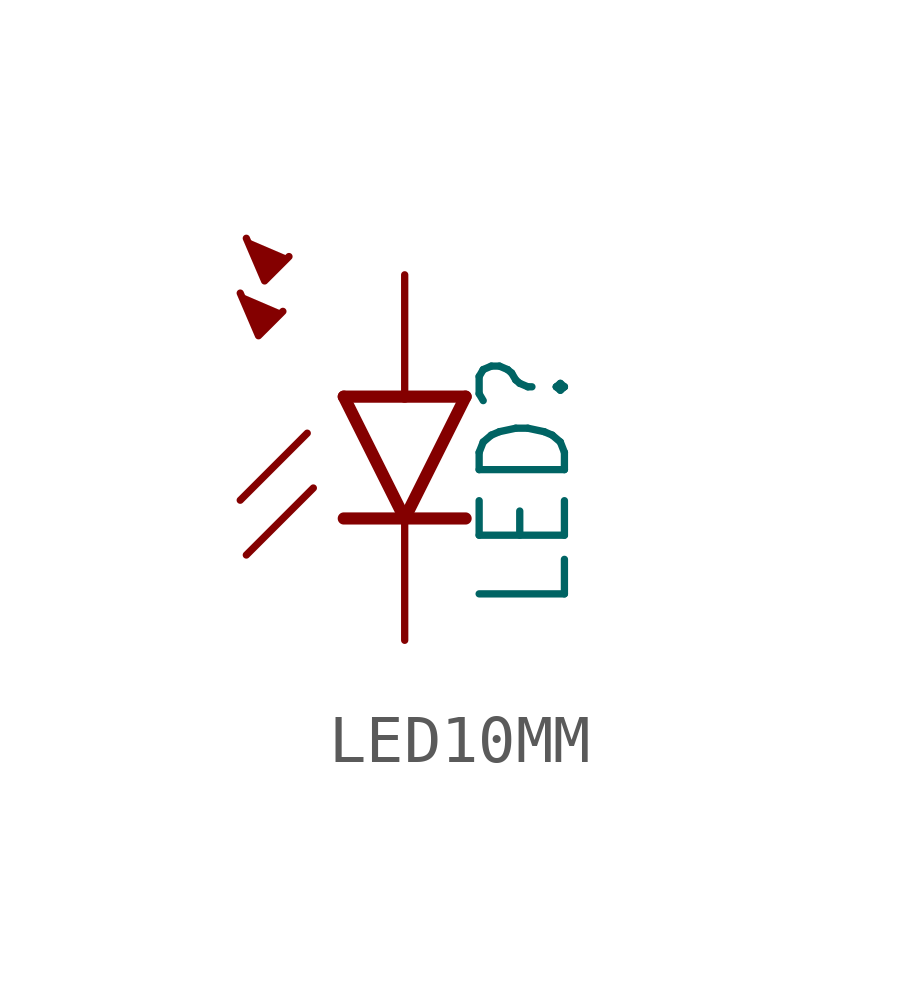
<source format=kicad_sym>
(kicad_symbol_lib
  (version 20241209)
  (generator "kicad_symbol_editor")
  (generator_version "9.0")
  (symbol "LED10MM"
    (property "Reference" "LED"
      (at 3.556 -4.572 90)
      (effects (font (size 1.778 1.511)) (justify left bottom)))
    (property "Value" ""
      (at 5.715 -4.572 90)
      (effects (font (size 1.778 1.511)) (justify left bottom)))
    (property "ki_locked" ""
      (at 0 0 0)
      (effects (font (size 1.27 1.27))))
    (symbol "LED10MM_1_0"
      (polyline (pts (xy -3.429 2.159) (xy -3.048 1.27) (xy -2.54 1.778)) (stroke (width 0.152) (type solid)) (fill (type outline)))
      (polyline (pts (xy -3.302 3.302) (xy -2.921 2.413) (xy -2.413 2.921)) (stroke (width 0.152) (type solid)) (fill (type outline)))
      (polyline (pts (xy -2.032 -0.762) (xy -3.429 -2.159)) (stroke (width 0.152) (type solid)) (fill (type none)))
      (polyline (pts (xy -1.905 -1.905) (xy -3.302 -3.302)) (stroke (width 0.152) (type solid)) (fill (type none)))
      (polyline (pts (xy 0 0) (xy -1.27 0)) (stroke (width 0.254) (type solid)) (fill (type none)))
      (polyline (pts (xy 0 -2.54) (xy -1.27 0)) (stroke (width 0.254) (type solid)) (fill (type none)))
      (polyline (pts (xy 0 -2.54) (xy -1.27 -2.54)) (stroke (width 0.254) (type solid)) (fill (type none)))
      (polyline (pts (xy 1.27 0) (xy 0 0)) (stroke (width 0.254) (type solid)) (fill (type none)))
      (polyline (pts (xy 1.27 0) (xy 0 -2.54)) (stroke (width 0.254) (type solid)) (fill (type none)))
      (polyline (pts (xy 1.27 -2.54) (xy 0 -2.54)) (stroke (width 0.254) (type solid)) (fill (type none)))
      (pin passive line (at 0 2.54 270) (length 2.54) (name "A" (effects (font (size 0 0)))) (number "A" (effects (font (size 0 0)))))
      (pin passive line (at 0 -5.08 90) (length 2.54) (name "C" (effects (font (size 0 0)))) (number "K" (effects (font (size 0 0))))))))
</source>
